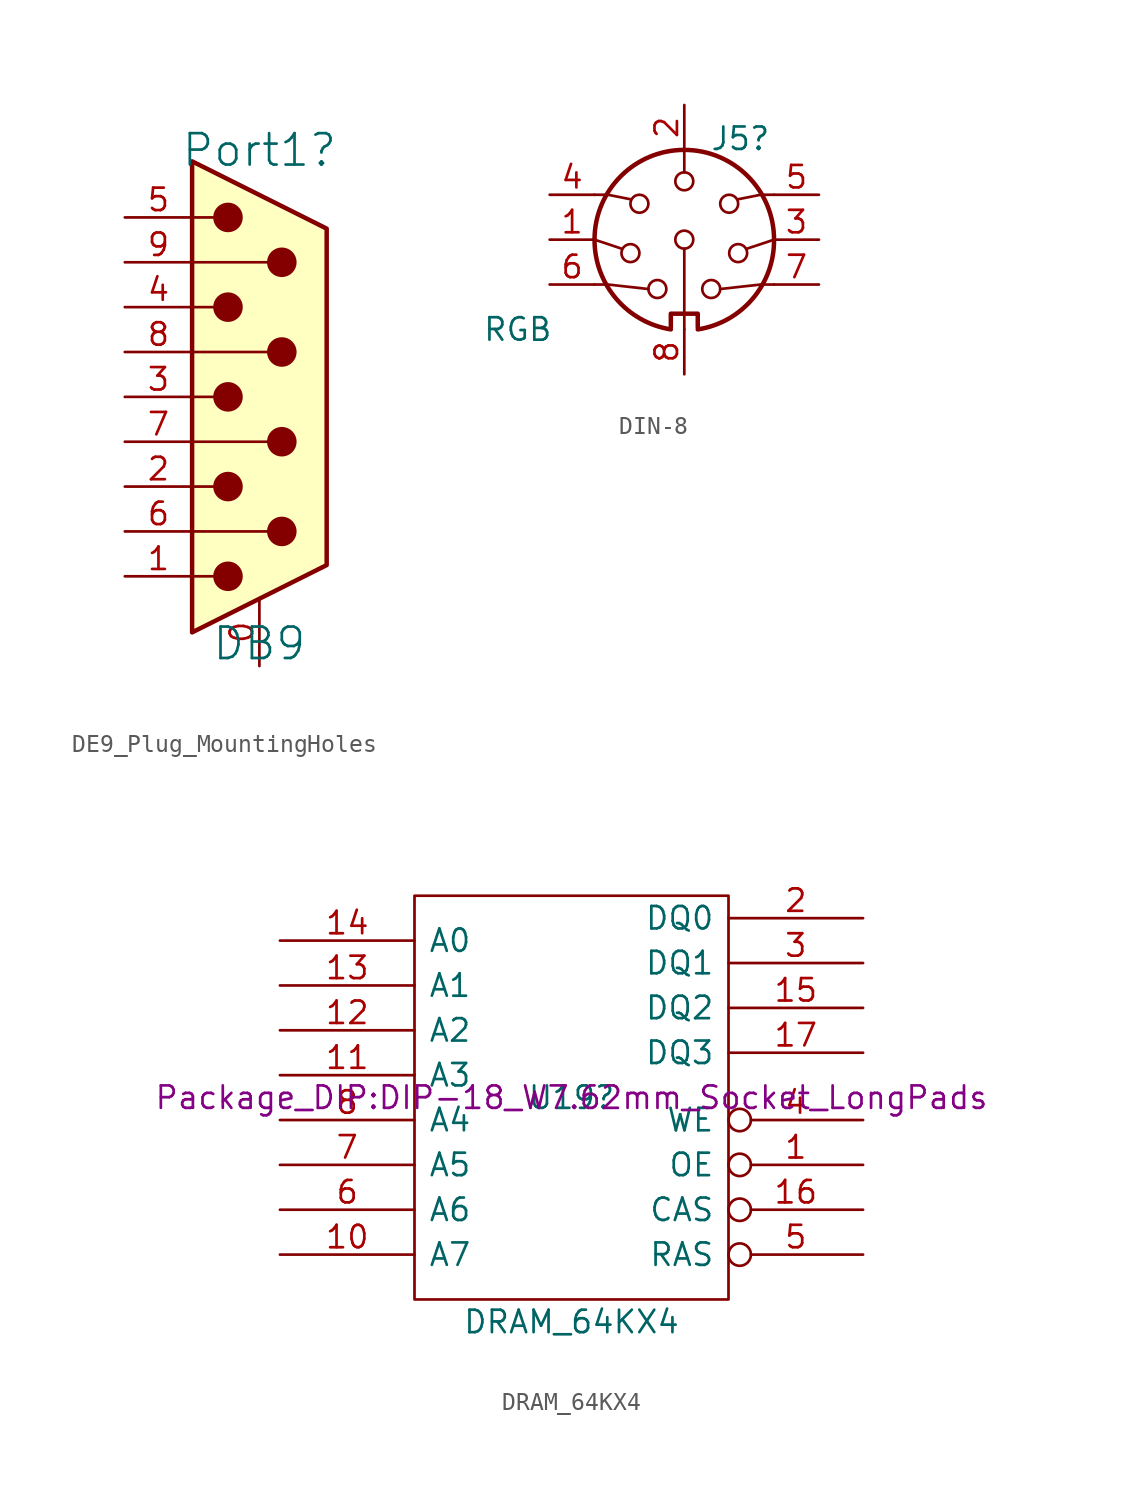
<source format=kicad_sym>
(kicad_symbol_lib
  (version 20220914)
  (generator kicad_symbol_editor)
  (symbol "DE9_Plug_MountingHoles"
    (pin_names
      (offset 1.016) hide)
    (property "Reference" "Port1"
      (at 0 13.97 0)
      (effects (font (size 1.778 1.778))))
    (property "Value" "DB9"
      (at 0 -13.97 0)
      (effects (font (size 1.778 1.778))))
    (symbol "DE9_Plug_MountingHoles_0_1"
      (circle (center -1.778 -10.16) (radius 0.762) (stroke (width 0) (type default)) (fill (type outline)))
      (circle (center -1.778 -5.08) (radius 0.762) (stroke (width 0) (type default)) (fill (type outline)))
      (circle (center -1.778 0) (radius 0.762) (stroke (width 0) (type default)) (fill (type outline)))
      (circle (center -1.778 5.08) (radius 0.762) (stroke (width 0) (type default)) (fill (type outline)))
      (circle (center -1.778 10.16) (radius 0.762) (stroke (width 0) (type default)) (fill (type outline)))
      (polyline (pts (xy -3.81 -10.16) (xy -2.54 -10.16)) (stroke (width 0) (type default)) (fill (type none)))
      (polyline (pts (xy -3.81 -7.62) (xy 0.508 -7.62)) (stroke (width 0) (type default)) (fill (type none)))
      (polyline (pts (xy -3.81 -5.08) (xy -2.54 -5.08)) (stroke (width 0) (type default)) (fill (type none)))
      (polyline (pts (xy -3.81 -2.54) (xy 0.508 -2.54)) (stroke (width 0) (type default)) (fill (type none)))
      (polyline (pts (xy -3.81 0) (xy -2.54 0)) (stroke (width 0) (type default)) (fill (type none)))
      (polyline (pts (xy -3.81 2.54) (xy 0.508 2.54)) (stroke (width 0) (type default)) (fill (type none)))
      (polyline (pts (xy -3.81 5.08) (xy -2.54 5.08)) (stroke (width 0) (type default)) (fill (type none)))
      (polyline (pts (xy -3.81 7.62) (xy 0.508 7.62)) (stroke (width 0) (type default)) (fill (type none)))
      (polyline (pts (xy -3.81 10.16) (xy -2.54 10.16)) (stroke (width 0) (type default)) (fill (type none)))
      (polyline (pts (xy -3.81 -13.335) (xy -3.81 13.335) (xy 3.81 9.525) (xy 3.81 -9.525) (xy -3.81 -13.335)) (stroke (width 0.254) (type default)) (fill (type background)))
      (circle (center 1.27 -7.62) (radius 0.762) (stroke (width 0) (type default)) (fill (type outline)))
      (circle (center 1.27 -2.54) (radius 0.762) (stroke (width 0) (type default)) (fill (type outline)))
      (circle (center 1.27 2.54) (radius 0.762) (stroke (width 0) (type default)) (fill (type outline)))
      (circle (center 1.27 7.62) (radius 0.762) (stroke (width 0) (type default)) (fill (type outline))))
    (symbol "DE9_Plug_MountingHoles_1_1"
      (pin passive line (at 0 -15.24 90) (length 3.81) (name "PAD" (effects (font (size 1.27 1.27)))) (number "0" (effects (font (size 1.27 1.27)))))
      (pin passive line (at -7.62 -10.16 0) (length 3.81) (name "1" (effects (font (size 1.27 1.27)))) (number "1" (effects (font (size 1.27 1.27)))))
      (pin passive line (at -7.62 -5.08 0) (length 3.81) (name "2" (effects (font (size 1.27 1.27)))) (number "2" (effects (font (size 1.27 1.27)))))
      (pin passive line (at -7.62 0 0) (length 3.81) (name "3" (effects (font (size 1.27 1.27)))) (number "3" (effects (font (size 1.27 1.27)))))
      (pin passive line (at -7.62 5.08 0) (length 3.81) (name "4" (effects (font (size 1.27 1.27)))) (number "4" (effects (font (size 1.27 1.27)))))
      (pin passive line (at -7.62 10.16 0) (length 3.81) (name "5" (effects (font (size 1.27 1.27)))) (number "5" (effects (font (size 1.27 1.27)))))
      (pin passive line (at -7.62 -7.62 0) (length 3.81) (name "6" (effects (font (size 1.27 1.27)))) (number "6" (effects (font (size 1.27 1.27)))))
      (pin passive line (at -7.62 -2.54 0) (length 3.81) (name "7" (effects (font (size 1.27 1.27)))) (number "7" (effects (font (size 1.27 1.27)))))
      (pin passive line (at -7.62 2.54 0) (length 3.81) (name "8" (effects (font (size 1.27 1.27)))) (number "8" (effects (font (size 1.27 1.27)))))
      (pin passive line (at -7.62 7.62 0) (length 3.81) (name "9" (effects (font (size 1.27 1.27)))) (number "9" (effects (font (size 1.27 1.27)))))))
  (symbol "DIN-8"
    (pin_names
      (offset 1.016))
    (property "Reference" "J5"
      (at 3.175 5.715 0)
      (effects (font (size 1.27 1.27))))
    (property "Value" "RGB"
      (at -11.43 -5.08 0)
      (effects (font (size 1.27 1.27)) (justify left)))
    (symbol "DIN-8_0_1"
      (arc (start -5.08 0) (mid -3.8609 -3.3364) (end -0.762 -5.08) (stroke (width 0.254) (type default)) (fill (type none)))
      (circle (center -3.048 -0.762) (radius 0.508) (stroke (width 0) (type default)) (fill (type none)))
      (circle (center -2.54 2.032) (radius 0.508) (stroke (width 0) (type default)) (fill (type none)))
      (circle (center -1.524 -2.794) (radius 0.508) (stroke (width 0) (type default)) (fill (type none)))
      (polyline (pts (xy -5.08 0) (xy -3.556 -0.508)) (stroke (width 0) (type default)) (fill (type none)))
      (polyline (pts (xy 0 -0.508) (xy 0 -5.08)) (stroke (width 0) (type default)) (fill (type none)))
      (polyline (pts (xy 0 5.08) (xy 0 3.81)) (stroke (width 0) (type default)) (fill (type none)))
      (polyline (pts (xy 5.08 0) (xy 3.556 -0.508)) (stroke (width 0) (type default)) (fill (type none)))
      (polyline (pts (xy -5.08 -2.54) (xy -4.318 -2.54) (xy -2.032 -2.794)) (stroke (width 0) (type default)) (fill (type none)))
      (polyline (pts (xy -5.08 2.54) (xy -4.318 2.54) (xy -3.048 2.286)) (stroke (width 0) (type default)) (fill (type none)))
      (polyline (pts (xy 5.08 -2.54) (xy 4.318 -2.54) (xy 2.032 -2.794)) (stroke (width 0) (type default)) (fill (type none)))
      (polyline (pts (xy 5.08 2.54) (xy 4.318 2.54) (xy 3.048 2.286)) (stroke (width 0) (type default)) (fill (type none)))
      (polyline (pts (xy -0.762 -4.953) (xy -0.762 -4.191) (xy 0.762 -4.191) (xy 0.762 -4.953)) (stroke (width 0.254) (type default)) (fill (type none)))
      (circle (center 0 0) (radius 0.508) (stroke (width 0) (type default)) (fill (type none)))
      (circle (center 0 3.302) (radius 0.508) (stroke (width 0) (type default)) (fill (type none)))
      (arc (start 0.762 -5.08) (mid 3.8685 -3.343) (end 5.08 0) (stroke (width 0.254) (type default)) (fill (type none)))
      (circle (center 1.524 -2.794) (radius 0.508) (stroke (width 0) (type default)) (fill (type none)))
      (circle (center 2.54 2.032) (radius 0.508) (stroke (width 0) (type default)) (fill (type none)))
      (circle (center 3.048 -0.762) (radius 0.508) (stroke (width 0) (type default)) (fill (type none)))
      (arc (start 5.08 0) (mid 0 5.0579) (end -5.08 0) (stroke (width 0.254) (type default)) (fill (type none))))
    (symbol "DIN-8_1_1"
      (pin passive line (at -7.62 0 0) (length 2.54) (name "~" (effects (font (size 1.27 1.27)))) (number "1" (effects (font (size 1.27 1.27)))))
      (pin passive line (at 0 7.62 270) (length 2.54) (name "~" (effects (font (size 1.27 1.27)))) (number "2" (effects (font (size 1.27 1.27)))))
      (pin passive line (at 7.62 0 180) (length 2.54) (name "~" (effects (font (size 1.27 1.27)))) (number "3" (effects (font (size 1.27 1.27)))))
      (pin passive line (at -7.62 2.54 0) (length 2.54) (name "~" (effects (font (size 1.27 1.27)))) (number "4" (effects (font (size 1.27 1.27)))))
      (pin passive line (at 7.62 2.54 180) (length 2.54) (name "~" (effects (font (size 1.27 1.27)))) (number "5" (effects (font (size 1.27 1.27)))))
      (pin passive line (at -7.62 -2.54 0) (length 2.54) (name "~" (effects (font (size 1.27 1.27)))) (number "6" (effects (font (size 1.27 1.27)))))
      (pin passive line (at 7.62 -2.54 180) (length 2.54) (name "~" (effects (font (size 1.27 1.27)))) (number "7" (effects (font (size 1.27 1.27)))))
      (pin passive line (at 0 -7.62 90) (length 2.54) (name "~" (effects (font (size 1.27 1.27)))) (number "8" (effects (font (size 1.27 1.27)))))))
  (symbol "DRAM_64KX4"
    (pin_names
      (offset 0.762))
    (property "Reference" "U19"
      (at 0 0 0)
      (effects (font (size 1.27 1.27))))
    (property "Value" "DRAM_64KX4"
      (at 0 -12.7 0)
      (effects (font (size 1.27 1.27))))
    (property "Footprint" "Package_DIP:DIP-18_W7.62mm_Socket_LongPads"
      (at 0 0 0)
      (effects (font (size 1.27 1.27))))
    (property "Datasheet" ""
      (at 0 0 0)
      (effects (font (size 1.27 1.27))))
    (symbol "DRAM_64KX4_0_0"
      (pin power_in line (at 0 -11.43 90) (length 0) hide (name "VSS" (effects (font (size 1.27 1.27)))) (number "18" (effects (font (size 1.27 1.27)))))
      (pin power_in line (at 0 11.43 270) (length 0) hide (name "VCC" (effects (font (size 1.27 1.27)))) (number "9" (effects (font (size 1.27 1.27))))))
    (symbol "DRAM_64KX4_0_1"
      (rectangle (start -8.89 11.43) (end 8.89 -11.43) (stroke (width 0) (type solid)) (fill (type none))))
    (symbol "DRAM_64KX4_1_1"
      (pin input inverted (at 16.51 -3.81 180) (length 7.62) (name "OE" (effects (font (size 1.27 1.27)))) (number "1" (effects (font (size 1.27 1.27)))))
      (pin input line (at -16.51 -8.89 0) (length 7.62) (name "A7" (effects (font (size 1.27 1.27)))) (number "10" (effects (font (size 1.27 1.27)))))
      (pin input line (at -16.51 1.27 0) (length 7.62) (name "A3" (effects (font (size 1.27 1.27)))) (number "11" (effects (font (size 1.27 1.27)))))
      (pin input line (at -16.51 3.81 0) (length 7.62) (name "A2" (effects (font (size 1.27 1.27)))) (number "12" (effects (font (size 1.27 1.27)))))
      (pin input line (at -16.51 6.35 0) (length 7.62) (name "A1" (effects (font (size 1.27 1.27)))) (number "13" (effects (font (size 1.27 1.27)))))
      (pin input line (at -16.51 8.89 0) (length 7.62) (name "A0" (effects (font (size 1.27 1.27)))) (number "14" (effects (font (size 1.27 1.27)))))
      (pin bidirectional line (at 16.51 5.08 180) (length 7.62) (name "DQ2" (effects (font (size 1.27 1.27)))) (number "15" (effects (font (size 1.27 1.27)))))
      (pin input inverted (at 16.51 -6.35 180) (length 7.62) (name "CAS" (effects (font (size 1.27 1.27)))) (number "16" (effects (font (size 1.27 1.27)))))
      (pin bidirectional line (at 16.51 2.54 180) (length 7.62) (name "DQ3" (effects (font (size 1.27 1.27)))) (number "17" (effects (font (size 1.27 1.27)))))
      (pin bidirectional line (at 16.51 10.16 180) (length 7.62) (name "DQ0" (effects (font (size 1.27 1.27)))) (number "2" (effects (font (size 1.27 1.27)))))
      (pin bidirectional line (at 16.51 7.62 180) (length 7.62) (name "DQ1" (effects (font (size 1.27 1.27)))) (number "3" (effects (font (size 1.27 1.27)))))
      (pin input inverted (at 16.51 -1.27 180) (length 7.62) (name "WE" (effects (font (size 1.27 1.27)))) (number "4" (effects (font (size 1.27 1.27)))))
      (pin input inverted (at 16.51 -8.89 180) (length 7.62) (name "RAS" (effects (font (size 1.27 1.27)))) (number "5" (effects (font (size 1.27 1.27)))))
      (pin input line (at -16.51 -6.35 0) (length 7.62) (name "A6" (effects (font (size 1.27 1.27)))) (number "6" (effects (font (size 1.27 1.27)))))
      (pin input line (at -16.51 -3.81 0) (length 7.62) (name "A5" (effects (font (size 1.27 1.27)))) (number "7" (effects (font (size 1.27 1.27)))))
      (pin input line (at -16.51 -1.27 0) (length 7.62) (name "A4" (effects (font (size 1.27 1.27)))) (number "8" (effects (font (size 1.27 1.27))))))))
</source>
